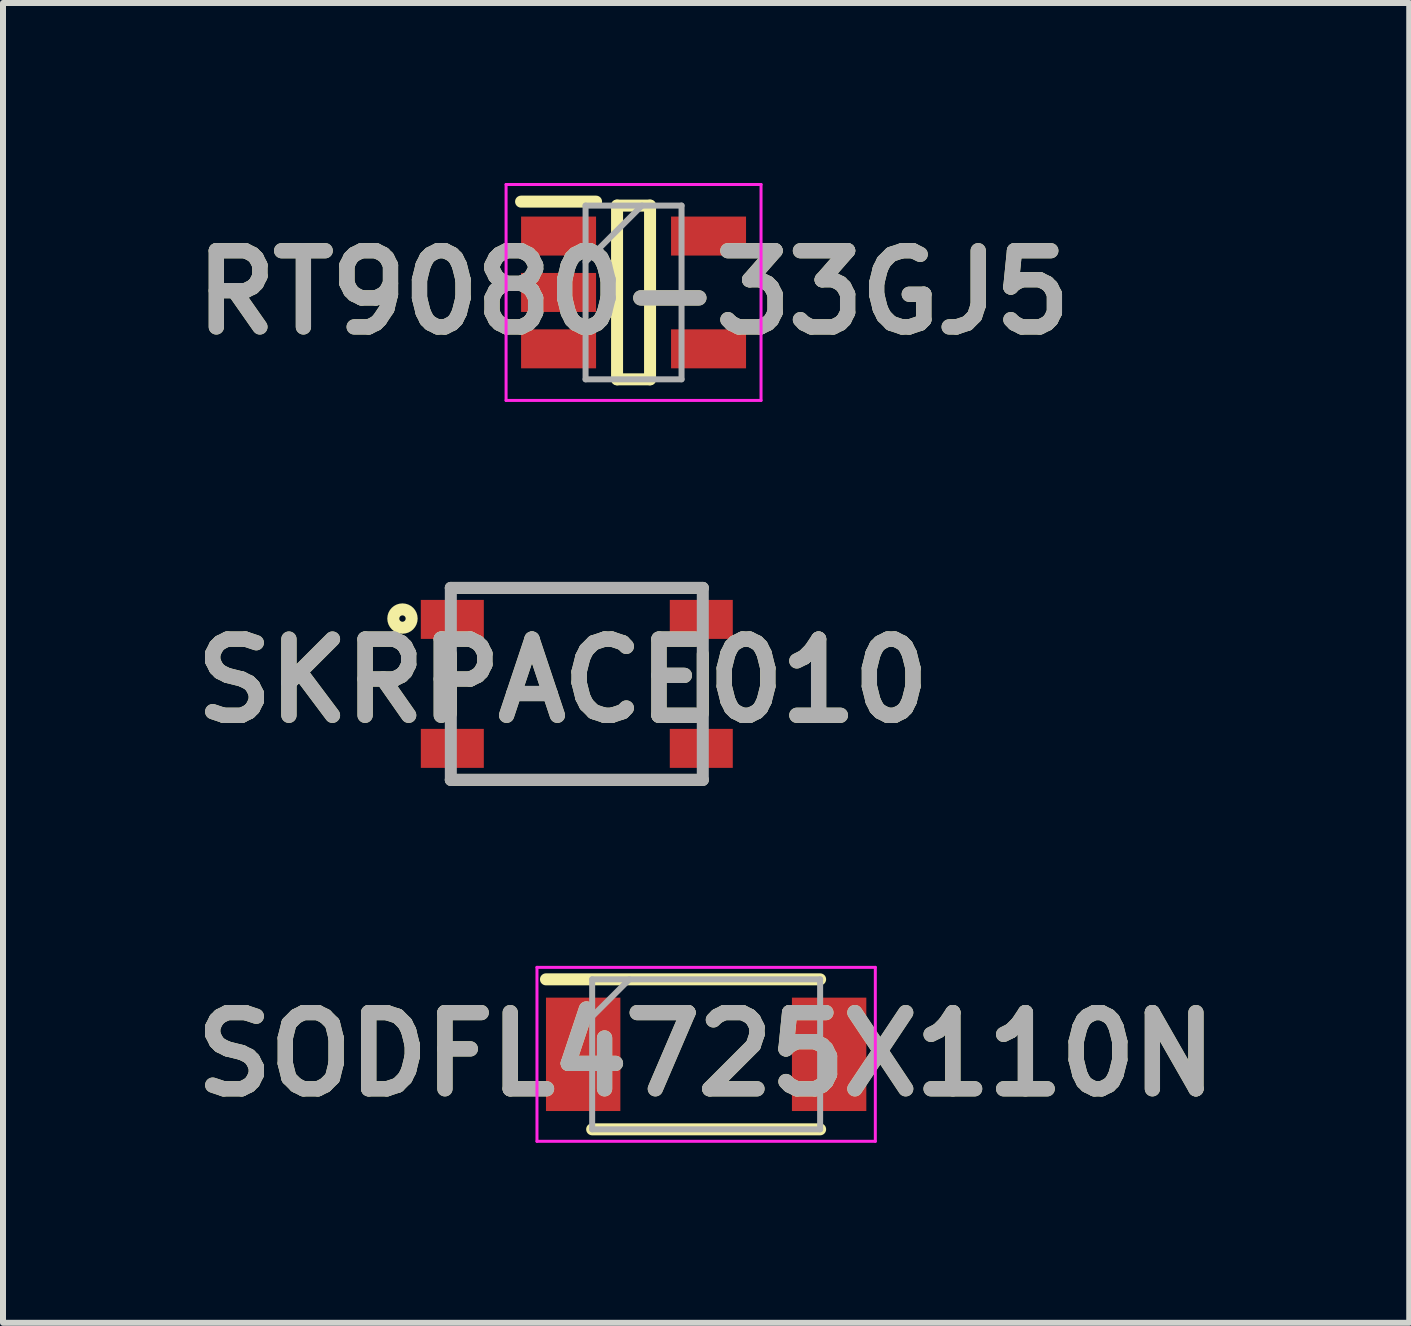
<source format=kicad_pcb>
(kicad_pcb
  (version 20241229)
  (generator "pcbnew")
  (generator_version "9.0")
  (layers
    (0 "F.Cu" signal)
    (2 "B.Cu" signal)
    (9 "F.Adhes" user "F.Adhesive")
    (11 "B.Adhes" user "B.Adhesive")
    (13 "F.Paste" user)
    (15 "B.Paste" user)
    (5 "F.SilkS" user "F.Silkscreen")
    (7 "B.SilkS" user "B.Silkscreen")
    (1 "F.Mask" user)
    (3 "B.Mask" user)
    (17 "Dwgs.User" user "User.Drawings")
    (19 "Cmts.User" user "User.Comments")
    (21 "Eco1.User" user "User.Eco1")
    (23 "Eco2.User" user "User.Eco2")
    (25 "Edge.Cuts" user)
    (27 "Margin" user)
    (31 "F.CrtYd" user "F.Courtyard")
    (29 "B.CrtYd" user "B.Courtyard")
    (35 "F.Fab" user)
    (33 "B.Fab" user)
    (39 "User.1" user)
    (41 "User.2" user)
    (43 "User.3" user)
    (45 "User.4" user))
  (footprint "RT9080-33GJ5"
    (layer "F.Cu")
    (at 7.511 1.825)
    (property "Reference" "RT9080-33GJ5" (at 0 0 0) (layer "F.SilkS") (effects (font (size 1.27 1.27) (thickness 0.254))))
    (attr smd)
    (fp_line (start -1.875 -1.514) (end -0.625 -1.514) (stroke (width 0.2) (type solid)) (layer "F.SilkS"))
    (fp_line (start -0.275 -1.448) (end 0.275 -1.448) (stroke (width 0.2) (type solid)) (layer "F.SilkS"))
    (fp_line (start -0.275 1.448) (end -0.275 -1.448) (stroke (width 0.2) (type solid)) (layer "F.SilkS"))
    (fp_line (start 0.275 -1.448) (end 0.275 1.448) (stroke (width 0.2) (type solid)) (layer "F.SilkS"))
    (fp_line (start 0.275 1.448) (end -0.275 1.448) (stroke (width 0.2) (type solid)) (layer "F.SilkS"))
    (fp_line (start -2.125 -1.8) (end 2.125 -1.8) (stroke (width 0.05) (type solid)) (layer "F.CrtYd"))
    (fp_line (start -2.125 1.8) (end -2.125 -1.8) (stroke (width 0.05) (type solid)) (layer "F.CrtYd"))
    (fp_line (start 2.125 -1.8) (end 2.125 1.8) (stroke (width 0.05) (type solid)) (layer "F.CrtYd"))
    (fp_line (start 2.125 1.8) (end -2.125 1.8) (stroke (width 0.05) (type solid)) (layer "F.CrtYd"))
    (fp_line (start -0.8 -1.448) (end 0.8 -1.448) (stroke (width 0.1) (type solid)) (layer "F.Fab"))
    (fp_line (start -0.8 -0.508) (end 0.14 -1.448) (stroke (width 0.1) (type solid)) (layer "F.Fab"))
    (fp_line (start -0.8 1.448) (end -0.8 -1.448) (stroke (width 0.1) (type solid)) (layer "F.Fab"))
    (fp_line (start 0.8 -1.448) (end 0.8 1.448) (stroke (width 0.1) (type solid)) (layer "F.Fab"))
    (fp_line (start 0.8 1.448) (end -0.8 1.448) (stroke (width 0.1) (type solid)) (layer "F.Fab"))
    (fp_text user "${REFERENCE}" (at 0 0 0) (layer "F.Fab") (effects (font (size 1.27 1.27) (thickness 0.254))))
    (pad "1" smd rect (at -1.25 -0.94 90) (size 0.65 1.25) (layers "F.Cu" "F.Mask" "F.Paste"))
    (pad "2" smd rect (at -1.25 0 90) (size 0.65 1.25) (layers "F.Cu" "F.Mask" "F.Paste"))
    (pad "3" smd rect (at -1.25 0.94 90) (size 0.65 1.25) (layers "F.Cu" "F.Mask" "F.Paste"))
    (pad "4" smd rect (at 1.25 0.94 90) (size 0.65 1.25) (layers "F.Cu" "F.Mask" "F.Paste"))
    (pad "5" smd rect (at 1.25 -0.94 90) (size 0.65 1.25) (layers "F.Cu" "F.Mask" "F.Paste")))
  (footprint "SODFL4725X110N"
    (layer "F.Cu")
    (at 8.721 14.525)
    (property "Reference" "SODFL4725X110N" (at 0 0 0) (layer "F.SilkS") (effects (font (size 1.27 1.27) (thickness 0.254))))
    (attr smd)
    (fp_line (start -2.67 -1.25) (end 1.9 -1.25) (stroke (width 0.2) (type solid)) (layer "F.SilkS"))
    (fp_line (start -1.9 1.25) (end 1.9 1.25) (stroke (width 0.2) (type solid)) (layer "F.SilkS"))
    (fp_line (start -2.82 -1.45) (end 2.82 -1.45) (stroke (width 0.05) (type solid)) (layer "F.CrtYd"))
    (fp_line (start -2.82 1.45) (end -2.82 -1.45) (stroke (width 0.05) (type solid)) (layer "F.CrtYd"))
    (fp_line (start 2.82 -1.45) (end 2.82 1.45) (stroke (width 0.05) (type solid)) (layer "F.CrtYd"))
    (fp_line (start 2.82 1.45) (end -2.82 1.45) (stroke (width 0.05) (type solid)) (layer "F.CrtYd"))
    (fp_line (start -1.9 -1.25) (end 1.9 -1.25) (stroke (width 0.1) (type solid)) (layer "F.Fab"))
    (fp_line (start -1.9 -0.63) (end -1.28 -1.25) (stroke (width 0.1) (type solid)) (layer "F.Fab"))
    (fp_line (start -1.9 1.25) (end -1.9 -1.25) (stroke (width 0.1) (type solid)) (layer "F.Fab"))
    (fp_line (start 1.9 -1.25) (end 1.9 1.25) (stroke (width 0.1) (type solid)) (layer "F.Fab"))
    (fp_line (start 1.9 1.25) (end -1.9 1.25) (stroke (width 0.1) (type solid)) (layer "F.Fab"))
    (fp_text user "${REFERENCE}" (at 0 0 0) (layer "F.Fab") (effects (font (size 1.27 1.27) (thickness 0.254))))
    (pad "1" smd rect (at -2.05 0) (size 1.24 1.89) (layers "F.Cu" "F.Mask" "F.Paste"))
    (pad "2" smd rect (at 2.05 0) (size 1.24 1.89) (layers "F.Cu" "F.Mask" "F.Paste")))
  (footprint "SKRPACE010"
    (layer "F.Cu")
    (at 6.565 8.35)
    (property "Reference" "SKRPACE010" (at -0.233 -0.051 0) (layer "F.SilkS") (effects (font (size 1.27 1.27) (thickness 0.254))))
    (attr smd)
    (fp_line (start -2.1 -1.6) (end 2.1 -1.6) (stroke (width 0.2) (type solid)) (layer "F.SilkS"))
    (fp_line (start -2.1 -0.5) (end -2.1 0.5) (stroke (width 0.2) (type solid)) (layer "F.SilkS"))
    (fp_line (start 2.1 -0.5) (end 2.1 0.5) (stroke (width 0.2) (type solid)) (layer "F.SilkS"))
    (fp_line (start 2.1 1.6) (end -2.1 1.6) (stroke (width 0.2) (type solid)) (layer "F.SilkS"))
    (fp_circle (center -2.906 -1.089) (end -2.906 -1.036) (stroke (width 0.2) (type solid)) (fill no) (layer "F.SilkS"))
    (fp_line (start -2.1 -1.6) (end 2.1 -1.6) (stroke (width 0.2) (type solid)) (layer "F.Fab"))
    (fp_line (start -2.1 1.6) (end -2.1 -1.6) (stroke (width 0.2) (type solid)) (layer "F.Fab"))
    (fp_line (start 2.1 -1.6) (end 2.1 1.6) (stroke (width 0.2) (type solid)) (layer "F.Fab"))
    (fp_line (start 2.1 1.6) (end -2.1 1.6) (stroke (width 0.2) (type solid)) (layer "F.Fab"))
    (fp_text user "${REFERENCE}" (at -0.233 -0.051 0) (layer "F.Fab") (effects (font (size 1.27 1.27) (thickness 0.254))))
    (pad "1" smd rect (at -2.075 -1.075 90) (size 0.65 1.05) (layers "F.Cu" "F.Mask" "F.Paste"))
    (pad "2" smd rect (at 2.075 -1.075 90) (size 0.65 1.05) (layers "F.Cu" "F.Mask" "F.Paste"))
    (pad "3" smd rect (at -2.075 1.075 90) (size 0.65 1.05) (layers "F.Cu" "F.Mask" "F.Paste"))
    (pad "4" smd rect (at 2.075 1.075 90) (size 0.65 1.05) (layers "F.Cu" "F.Mask" "F.Paste")))
  (gr_rect
    (start -3 -3)
    (end 20.441 19)
    (stroke (width 0.1) (type default))
    (fill no)
    (layer "Edge.Cuts")))
</source>
